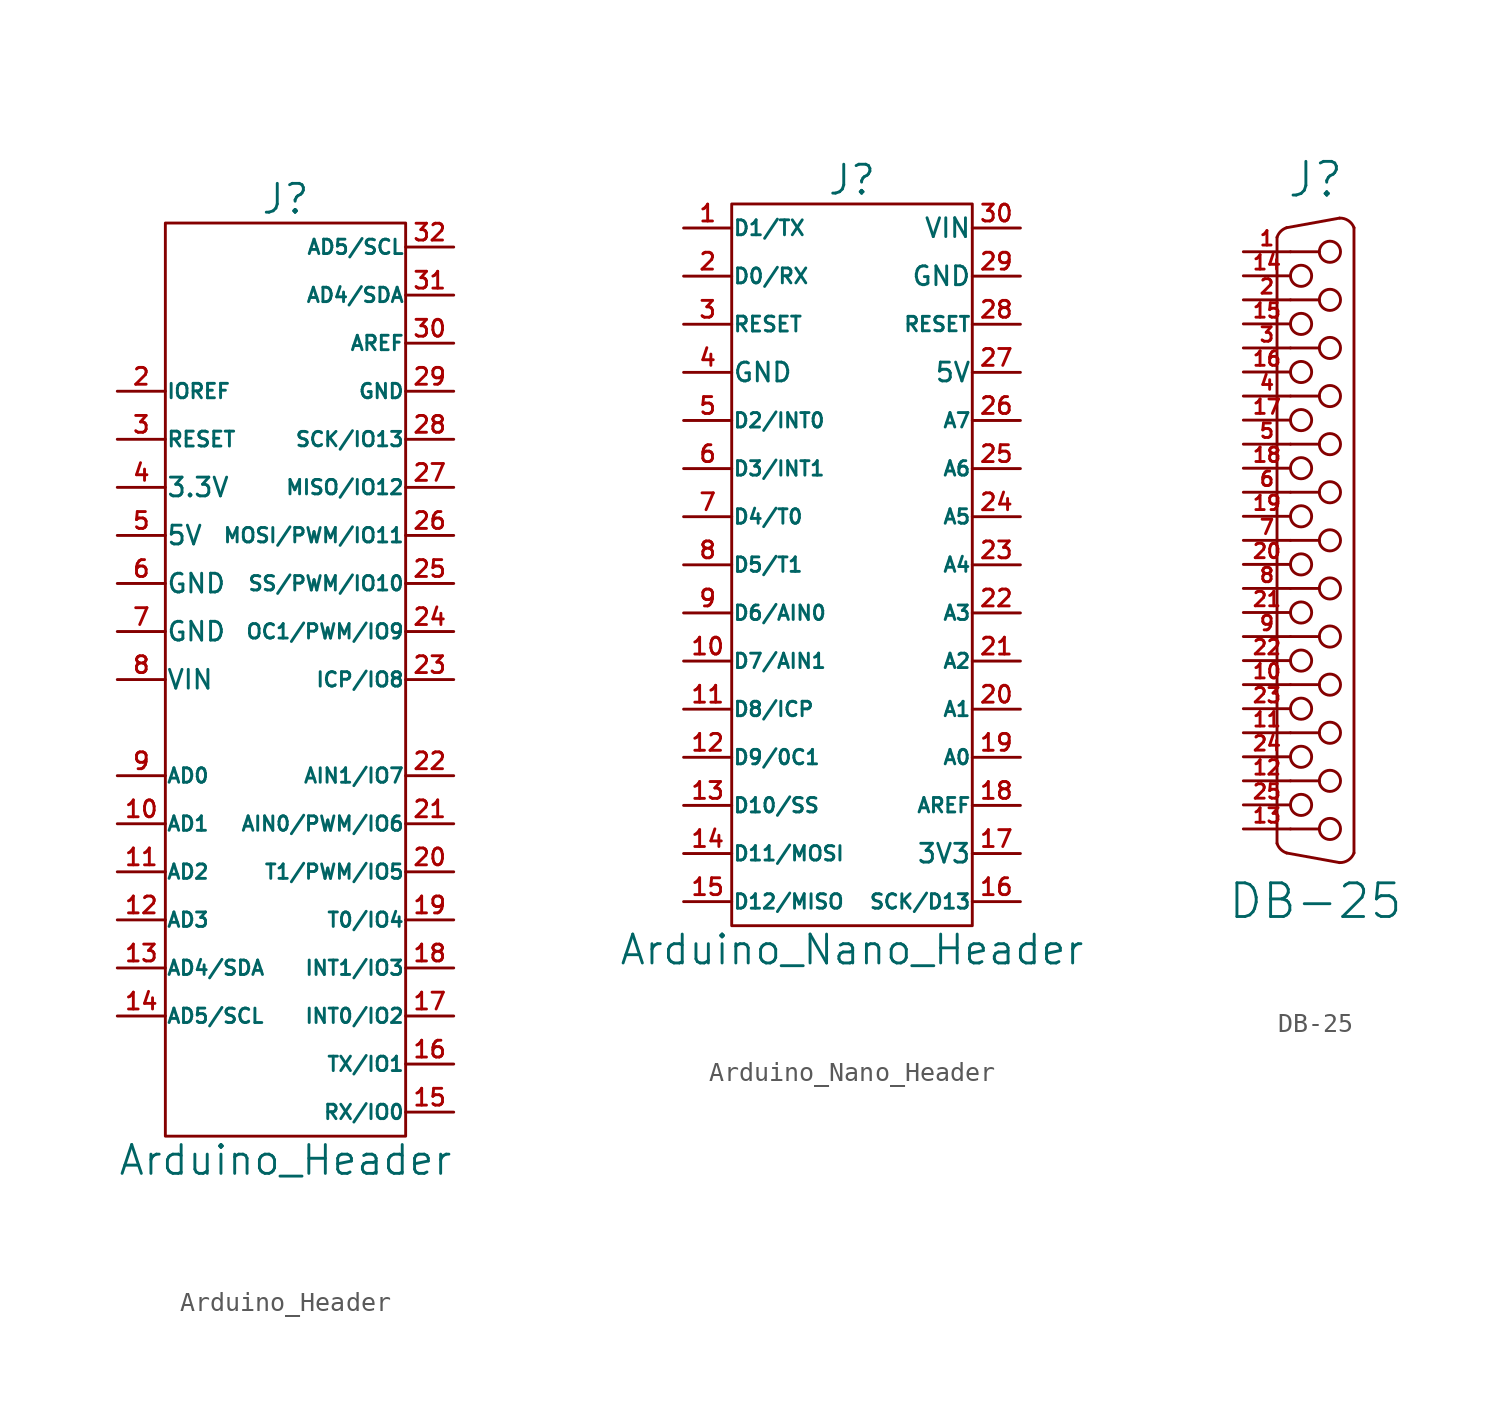
<source format=kicad_sym>
(kicad_symbol_lib
  (version 20220914)
  (generator kicad_symbol_editor)
  (symbol "Arduino_Header"
    (pin_names
      (offset 0.025))
    (property "Reference" "J"
      (at 0 25.4 0)
      (effects (font (size 1.524 1.524))))
    (property "Value" "Arduino_Header"
      (at 0 -25.4 0)
      (effects (font (size 1.524 1.524))))
    (property "Footprint" ""
      (at 0 0 0)
      (effects (font (size 1.524 1.524))))
    (property "Datasheet" ""
      (at 0 0 0)
      (effects (font (size 1.524 1.524))))
    (symbol "Arduino_Header_0_1"
      (rectangle (start 6.35 -24.13) (end -6.35 24.13) (stroke (width 0) (type solid)) (fill (type none))))
    (symbol "Arduino_Header_1_1"
      (pin passive line (at -8.89 -7.62 0) (length 2.54) (name "AD1" (effects (font (size 0.762 0.762)))) (number "10" (effects (font (size 0.889 0.889)))))
      (pin passive line (at -8.89 -10.16 0) (length 2.54) (name "AD2" (effects (font (size 0.762 0.762)))) (number "11" (effects (font (size 0.889 0.889)))))
      (pin passive line (at -8.89 -12.7 0) (length 2.54) (name "AD3" (effects (font (size 0.762 0.762)))) (number "12" (effects (font (size 0.889 0.889)))))
      (pin passive line (at -8.89 -15.24 0) (length 2.54) (name "AD4/SDA" (effects (font (size 0.762 0.762)))) (number "13" (effects (font (size 0.889 0.889)))))
      (pin passive line (at -8.89 -17.78 0) (length 2.54) (name "AD5/SCL" (effects (font (size 0.762 0.762)))) (number "14" (effects (font (size 0.889 0.889)))))
      (pin passive line (at 8.89 -22.86 180) (length 2.54) (name "RX/IO0" (effects (font (size 0.762 0.762)))) (number "15" (effects (font (size 0.889 0.889)))))
      (pin passive line (at 8.89 -20.32 180) (length 2.54) (name "TX/IO1" (effects (font (size 0.762 0.762)))) (number "16" (effects (font (size 0.889 0.889)))))
      (pin passive line (at 8.89 -17.78 180) (length 2.54) (name "INT0/IO2" (effects (font (size 0.762 0.762)))) (number "17" (effects (font (size 0.889 0.889)))))
      (pin passive line (at 8.89 -15.24 180) (length 2.54) (name "INT1/IO3" (effects (font (size 0.762 0.762)))) (number "18" (effects (font (size 0.889 0.889)))))
      (pin passive line (at 8.89 -12.7 180) (length 2.54) (name "T0/IO4" (effects (font (size 0.762 0.762)))) (number "19" (effects (font (size 0.889 0.889)))))
      (pin passive line (at -8.89 15.24 0) (length 2.54) (name "IOREF" (effects (font (size 0.762 0.762)))) (number "2" (effects (font (size 0.889 0.889)))))
      (pin passive line (at 8.89 -10.16 180) (length 2.54) (name "T1/PWM/IO5" (effects (font (size 0.762 0.762)))) (number "20" (effects (font (size 0.889 0.889)))))
      (pin passive line (at 8.89 -7.62 180) (length 2.54) (name "AIN0/PWM/IO6" (effects (font (size 0.762 0.762)))) (number "21" (effects (font (size 0.889 0.889)))))
      (pin passive line (at 8.89 -5.08 180) (length 2.54) (name "AIN1/IO7" (effects (font (size 0.762 0.762)))) (number "22" (effects (font (size 0.889 0.889)))))
      (pin passive line (at 8.89 0 180) (length 2.54) (name "ICP/IO8" (effects (font (size 0.762 0.762)))) (number "23" (effects (font (size 0.889 0.889)))))
      (pin passive line (at 8.89 2.54 180) (length 2.54) (name "OC1/PWM/IO9" (effects (font (size 0.762 0.762)))) (number "24" (effects (font (size 0.889 0.889)))))
      (pin passive line (at 8.89 5.08 180) (length 2.54) (name "SS/PWM/IO10" (effects (font (size 0.762 0.762)))) (number "25" (effects (font (size 0.889 0.889)))))
      (pin passive line (at 8.89 7.62 180) (length 2.54) (name "MOSI/PWM/IO11" (effects (font (size 0.762 0.762)))) (number "26" (effects (font (size 0.889 0.889)))))
      (pin passive line (at 8.89 10.16 180) (length 2.54) (name "MISO/IO12" (effects (font (size 0.762 0.762)))) (number "27" (effects (font (size 0.889 0.889)))))
      (pin passive line (at 8.89 12.7 180) (length 2.54) (name "SCK/IO13" (effects (font (size 0.762 0.762)))) (number "28" (effects (font (size 0.889 0.889)))))
      (pin passive line (at 8.89 15.24 180) (length 2.54) (name "GND" (effects (font (size 0.762 0.762)))) (number "29" (effects (font (size 0.889 0.889)))))
      (pin passive line (at -8.89 12.7 0) (length 2.54) (name "RESET" (effects (font (size 0.787 0.787)))) (number "3" (effects (font (size 0.889 0.889)))))
      (pin passive line (at 8.89 17.78 180) (length 2.54) (name "AREF" (effects (font (size 0.762 0.762)))) (number "30" (effects (font (size 0.889 0.889)))))
      (pin passive line (at 8.89 20.32 180) (length 2.54) (name "AD4/SDA" (effects (font (size 0.762 0.762)))) (number "31" (effects (font (size 0.889 0.889)))))
      (pin passive line (at 8.89 22.86 180) (length 2.54) (name "AD5/SCL" (effects (font (size 0.762 0.762)))) (number "32" (effects (font (size 0.889 0.889)))))
      (pin passive line (at -8.89 10.16 0) (length 2.54) (name "3.3V" (effects (font (size 0.991 0.991)))) (number "4" (effects (font (size 0.889 0.889)))))
      (pin passive line (at -8.89 7.62 0) (length 2.54) (name "5V" (effects (font (size 0.991 0.991)))) (number "5" (effects (font (size 0.889 0.889)))))
      (pin passive line (at -8.89 5.08 0) (length 2.54) (name "GND" (effects (font (size 0.991 0.991)))) (number "6" (effects (font (size 0.889 0.889)))))
      (pin passive line (at -8.89 2.54 0) (length 2.54) (name "GND" (effects (font (size 0.991 0.991)))) (number "7" (effects (font (size 0.889 0.889)))))
      (pin passive line (at -8.89 0 0) (length 2.54) (name "VIN" (effects (font (size 0.991 0.991)))) (number "8" (effects (font (size 0.889 0.889)))))
      (pin passive line (at -8.89 -5.08 0) (length 2.54) (name "AD0" (effects (font (size 0.762 0.762)))) (number "9" (effects (font (size 0.889 0.889)))))))
  (symbol "Arduino_Nano_Header"
    (pin_names
      (offset 0.025))
    (property "Reference" "J"
      (at 0 20.32 0)
      (effects (font (size 1.524 1.524))))
    (property "Value" "Arduino_Nano_Header"
      (at 0 -20.32 0)
      (effects (font (size 1.524 1.524))))
    (property "Footprint" ""
      (at 0 0 0)
      (effects (font (size 1.524 1.524))))
    (property "Datasheet" ""
      (at 0 0 0)
      (effects (font (size 1.524 1.524))))
    (symbol "Arduino_Nano_Header_0_1"
      (rectangle (start 6.35 -19.05) (end -6.35 19.05) (stroke (width 0) (type solid)) (fill (type none))))
    (symbol "Arduino_Nano_Header_1_1"
      (pin passive line (at -8.89 17.78 0) (length 2.54) (name "D1/TX" (effects (font (size 0.787 0.787)))) (number "1" (effects (font (size 0.889 0.889)))))
      (pin passive line (at -8.89 -5.08 0) (length 2.54) (name "D7/AIN1" (effects (font (size 0.762 0.762)))) (number "10" (effects (font (size 0.889 0.889)))))
      (pin passive line (at -8.89 -7.62 0) (length 2.54) (name "D8/ICP" (effects (font (size 0.762 0.762)))) (number "11" (effects (font (size 0.889 0.889)))))
      (pin passive line (at -8.89 -10.16 0) (length 2.54) (name "D9/0C1" (effects (font (size 0.762 0.762)))) (number "12" (effects (font (size 0.889 0.889)))))
      (pin passive line (at -8.89 -12.7 0) (length 2.54) (name "D10/SS" (effects (font (size 0.762 0.762)))) (number "13" (effects (font (size 0.889 0.889)))))
      (pin passive line (at -8.89 -15.24 0) (length 2.54) (name "D11/MOSI" (effects (font (size 0.762 0.762)))) (number "14" (effects (font (size 0.889 0.889)))))
      (pin passive line (at -8.89 -17.78 0) (length 2.54) (name "D12/MISO" (effects (font (size 0.762 0.762)))) (number "15" (effects (font (size 0.889 0.889)))))
      (pin passive line (at 8.89 -17.78 180) (length 2.54) (name "SCK/D13" (effects (font (size 0.762 0.762)))) (number "16" (effects (font (size 0.889 0.889)))))
      (pin passive line (at 8.89 -15.24 180) (length 2.54) (name "3V3" (effects (font (size 0.991 0.991)))) (number "17" (effects (font (size 0.889 0.889)))))
      (pin passive line (at 8.89 -12.7 180) (length 2.54) (name "AREF" (effects (font (size 0.762 0.762)))) (number "18" (effects (font (size 0.889 0.889)))))
      (pin passive line (at 8.89 -10.16 180) (length 2.54) (name "A0" (effects (font (size 0.762 0.762)))) (number "19" (effects (font (size 0.889 0.889)))))
      (pin passive line (at -8.89 15.24 0) (length 2.54) (name "D0/RX" (effects (font (size 0.787 0.787)))) (number "2" (effects (font (size 0.889 0.889)))))
      (pin passive line (at 8.89 -7.62 180) (length 2.54) (name "A1" (effects (font (size 0.762 0.762)))) (number "20" (effects (font (size 0.889 0.889)))))
      (pin passive line (at 8.89 -5.08 180) (length 2.54) (name "A2" (effects (font (size 0.762 0.762)))) (number "21" (effects (font (size 0.889 0.889)))))
      (pin passive line (at 8.89 -2.54 180) (length 2.54) (name "A3" (effects (font (size 0.762 0.762)))) (number "22" (effects (font (size 0.889 0.889)))))
      (pin passive line (at 8.89 0 180) (length 2.54) (name "A4" (effects (font (size 0.762 0.762)))) (number "23" (effects (font (size 0.889 0.889)))))
      (pin passive line (at 8.89 2.54 180) (length 2.54) (name "A5" (effects (font (size 0.762 0.762)))) (number "24" (effects (font (size 0.889 0.889)))))
      (pin passive line (at 8.89 5.08 180) (length 2.54) (name "A6" (effects (font (size 0.762 0.762)))) (number "25" (effects (font (size 0.889 0.889)))))
      (pin passive line (at 8.89 7.62 180) (length 2.54) (name "A7" (effects (font (size 0.762 0.762)))) (number "26" (effects (font (size 0.889 0.889)))))
      (pin passive line (at 8.89 10.16 180) (length 2.54) (name "5V" (effects (font (size 0.991 0.991)))) (number "27" (effects (font (size 0.889 0.889)))))
      (pin passive line (at 8.89 12.7 180) (length 2.54) (name "RESET" (effects (font (size 0.762 0.762)))) (number "28" (effects (font (size 0.889 0.889)))))
      (pin passive line (at 8.89 15.24 180) (length 2.54) (name "GND" (effects (font (size 0.991 0.991)))) (number "29" (effects (font (size 0.889 0.889)))))
      (pin passive line (at -8.89 12.7 0) (length 2.54) (name "RESET" (effects (font (size 0.787 0.787)))) (number "3" (effects (font (size 0.889 0.889)))))
      (pin passive line (at 8.89 17.78 180) (length 2.54) (name "VIN" (effects (font (size 0.991 0.991)))) (number "30" (effects (font (size 0.889 0.889)))))
      (pin passive line (at -8.89 10.16 0) (length 2.54) (name "GND" (effects (font (size 0.991 0.991)))) (number "4" (effects (font (size 0.889 0.889)))))
      (pin passive line (at -8.89 7.62 0) (length 2.54) (name "D2/INT0" (effects (font (size 0.762 0.762)))) (number "5" (effects (font (size 0.889 0.889)))))
      (pin passive line (at -8.89 5.08 0) (length 2.54) (name "D3/INT1" (effects (font (size 0.762 0.762)))) (number "6" (effects (font (size 0.889 0.889)))))
      (pin passive line (at -8.89 2.54 0) (length 2.54) (name "D4/T0" (effects (font (size 0.762 0.762)))) (number "7" (effects (font (size 0.889 0.889)))))
      (pin passive line (at -8.89 0 0) (length 2.54) (name "D5/T1" (effects (font (size 0.762 0.762)))) (number "8" (effects (font (size 0.889 0.889)))))
      (pin passive line (at -8.89 -2.54 0) (length 2.54) (name "D6/AIN0" (effects (font (size 0.762 0.762)))) (number "9" (effects (font (size 0.889 0.889)))))))
  (symbol "DB-25"
    (pin_names
      (offset 1.016) hide)
    (property "Reference" "J"
      (at 0 19.05 0)
      (effects (font (size 1.778 1.778))))
    (property "Value" "DB-25"
      (at 0 -19.05 0)
      (effects (font (size 1.778 1.778))))
    (property "Footprint" ""
      (at 0 0 0)
      (effects (font (size 1.524 1.524))))
    (property "Datasheet" ""
      (at 0 0 0)
      (effects (font (size 1.524 1.524))))
    (symbol "DB-25_0_1"
      (arc (start -2.032 -16.002) (mid -1.838 -16.316) (end -1.524 -16.51) (stroke (width 0) (type solid)) (fill (type none)))
      (arc (start -1.524 16.51) (mid -1.838 16.316) (end -2.032 16.002) (stroke (width 0) (type solid)) (fill (type none)))
      (circle (center -0.762 -13.97) (radius 0.559) (stroke (width 0) (type solid)) (fill (type none)))
      (circle (center -0.762 -11.43) (radius 0.559) (stroke (width 0) (type solid)) (fill (type none)))
      (circle (center -0.762 -8.89) (radius 0.559) (stroke (width 0) (type solid)) (fill (type none)))
      (circle (center -0.762 -6.35) (radius 0.559) (stroke (width 0) (type solid)) (fill (type none)))
      (circle (center -0.762 -3.81) (radius 0.559) (stroke (width 0) (type solid)) (fill (type none)))
      (circle (center -0.762 -1.27) (radius 0.559) (stroke (width 0) (type solid)) (fill (type none)))
      (circle (center -0.762 1.27) (radius 0.559) (stroke (width 0) (type solid)) (fill (type none)))
      (circle (center -0.762 3.81) (radius 0.559) (stroke (width 0) (type solid)) (fill (type none)))
      (circle (center -0.762 6.35) (radius 0.559) (stroke (width 0) (type solid)) (fill (type none)))
      (circle (center -0.762 8.89) (radius 0.559) (stroke (width 0) (type solid)) (fill (type none)))
      (circle (center -0.762 11.43) (radius 0.559) (stroke (width 0) (type solid)) (fill (type none)))
      (circle (center -0.762 13.97) (radius 0.559) (stroke (width 0) (type solid)) (fill (type none)))
      (polyline (pts (xy -1.321 -15.24) (xy 0.203 -15.24)) (stroke (width 0) (type solid)) (fill (type none)))
      (polyline (pts (xy -1.321 -12.7) (xy 0.203 -12.7)) (stroke (width 0) (type solid)) (fill (type none)))
      (polyline (pts (xy -1.321 -10.16) (xy 0.203 -10.16)) (stroke (width 0) (type solid)) (fill (type none)))
      (polyline (pts (xy -1.321 -7.62) (xy 0.203 -7.62)) (stroke (width 0) (type solid)) (fill (type none)))
      (polyline (pts (xy -1.321 -5.08) (xy 0.203 -5.08)) (stroke (width 0) (type solid)) (fill (type none)))
      (polyline (pts (xy -1.321 -2.54) (xy 0.203 -2.54)) (stroke (width 0) (type solid)) (fill (type none)))
      (polyline (pts (xy -1.321 0) (xy 0.203 0)) (stroke (width 0) (type solid)) (fill (type none)))
      (polyline (pts (xy -1.321 2.54) (xy 0.203 2.54)) (stroke (width 0) (type solid)) (fill (type none)))
      (polyline (pts (xy -1.321 5.08) (xy 0.203 5.08)) (stroke (width 0) (type solid)) (fill (type none)))
      (polyline (pts (xy -1.321 7.62) (xy 0.203 7.62)) (stroke (width 0) (type solid)) (fill (type none)))
      (polyline (pts (xy -1.321 10.16) (xy 0.203 10.16)) (stroke (width 0) (type solid)) (fill (type none)))
      (polyline (pts (xy -1.321 12.7) (xy 0.203 12.7)) (stroke (width 0) (type solid)) (fill (type none)))
      (polyline (pts (xy -1.321 15.24) (xy 0.203 15.24)) (stroke (width 0) (type solid)) (fill (type none)))
      (polyline (pts (xy -2.032 16.002) (xy -2.032 -16.002) (xy -2.032 -16.002)) (stroke (width 0) (type solid)) (fill (type none)))
      (polyline (pts (xy -1.524 -16.51) (xy 1.27 -17.018) (xy 1.27 -17.018)) (stroke (width 0) (type solid)) (fill (type none)))
      (polyline (pts (xy -1.524 16.51) (xy 1.27 17.018) (xy 1.27 17.018)) (stroke (width 0) (type solid)) (fill (type none)))
      (polyline (pts (xy 2.032 -16.51) (xy 2.032 16.51) (xy 2.032 16.51)) (stroke (width 0) (type solid)) (fill (type none)))
      (circle (center 0.762 -15.24) (radius 0.559) (stroke (width 0) (type solid)) (fill (type none)))
      (circle (center 0.762 -12.7) (radius 0.559) (stroke (width 0) (type solid)) (fill (type none)))
      (circle (center 0.762 -10.16) (radius 0.559) (stroke (width 0) (type solid)) (fill (type none)))
      (circle (center 0.762 -7.62) (radius 0.559) (stroke (width 0) (type solid)) (fill (type none)))
      (circle (center 0.762 -5.08) (radius 0.559) (stroke (width 0) (type solid)) (fill (type none)))
      (circle (center 0.762 -2.54) (radius 0.559) (stroke (width 0) (type solid)) (fill (type none)))
      (circle (center 0.762 0) (radius 0.559) (stroke (width 0) (type solid)) (fill (type none)))
      (circle (center 0.762 2.54) (radius 0.559) (stroke (width 0) (type solid)) (fill (type none)))
      (circle (center 0.762 5.08) (radius 0.559) (stroke (width 0) (type solid)) (fill (type none)))
      (circle (center 0.762 7.62) (radius 0.559) (stroke (width 0) (type solid)) (fill (type none)))
      (circle (center 0.762 10.16) (radius 0.559) (stroke (width 0) (type solid)) (fill (type none)))
      (circle (center 0.762 12.7) (radius 0.559) (stroke (width 0) (type solid)) (fill (type none)))
      (circle (center 0.762 15.24) (radius 0.559) (stroke (width 0) (type solid)) (fill (type none)))
      (arc (start 1.27 -17.018) (mid 1.7324 -16.8861) (end 2.032 -16.51) (stroke (width 0) (type solid)) (fill (type none)))
      (arc (start 2.032 16.51) (mid 1.7324 16.8861) (end 1.27 17.018) (stroke (width 0) (type solid)) (fill (type none))))
    (symbol "DB-25_1_1"
      (pin passive line (at -3.81 15.24 0) (length 2.489) (name "~" (effects (font (size 0.762 0.762)))) (number "1" (effects (font (size 0.762 0.762)))))
      (pin passive line (at -3.81 -7.62 0) (length 2.489) (name "~" (effects (font (size 0.762 0.762)))) (number "10" (effects (font (size 0.762 0.762)))))
      (pin passive line (at -3.81 -10.16 0) (length 2.489) (name "~" (effects (font (size 0.762 0.762)))) (number "11" (effects (font (size 0.762 0.762)))))
      (pin passive line (at -3.81 -12.7 0) (length 2.489) (name "~" (effects (font (size 0.762 0.762)))) (number "12" (effects (font (size 0.762 0.762)))))
      (pin passive line (at -3.81 -15.24 0) (length 2.489) (name "~" (effects (font (size 0.762 0.762)))) (number "13" (effects (font (size 0.762 0.762)))))
      (pin passive line (at -3.81 13.97 0) (length 2.489) (name "~" (effects (font (size 0.762 0.762)))) (number "14" (effects (font (size 0.762 0.762)))))
      (pin passive line (at -3.81 11.43 0) (length 2.489) (name "~" (effects (font (size 0.762 0.762)))) (number "15" (effects (font (size 0.762 0.762)))))
      (pin passive line (at -3.81 8.89 0) (length 2.489) (name "~" (effects (font (size 0.762 0.762)))) (number "16" (effects (font (size 0.762 0.762)))))
      (pin passive line (at -3.81 6.35 0) (length 2.489) (name "~" (effects (font (size 0.762 0.762)))) (number "17" (effects (font (size 0.762 0.762)))))
      (pin passive line (at -3.81 3.81 0) (length 2.489) (name "~" (effects (font (size 0.762 0.762)))) (number "18" (effects (font (size 0.762 0.762)))))
      (pin passive line (at -3.81 1.27 0) (length 2.489) (name "~" (effects (font (size 0.762 0.762)))) (number "19" (effects (font (size 0.762 0.762)))))
      (pin passive line (at -3.81 12.7 0) (length 2.489) (name "~" (effects (font (size 0.762 0.762)))) (number "2" (effects (font (size 0.762 0.762)))))
      (pin passive line (at -3.81 -1.27 0) (length 2.489) (name "~" (effects (font (size 0.762 0.762)))) (number "20" (effects (font (size 0.762 0.762)))))
      (pin passive line (at -3.81 -3.81 0) (length 2.489) (name "~" (effects (font (size 0.762 0.762)))) (number "21" (effects (font (size 0.762 0.762)))))
      (pin passive line (at -3.81 -6.35 0) (length 2.489) (name "~" (effects (font (size 0.762 0.762)))) (number "22" (effects (font (size 0.762 0.762)))))
      (pin passive line (at -3.81 -8.89 0) (length 2.489) (name "~" (effects (font (size 0.762 0.762)))) (number "23" (effects (font (size 0.762 0.762)))))
      (pin passive line (at -3.81 -11.43 0) (length 2.489) (name "~" (effects (font (size 0.762 0.762)))) (number "24" (effects (font (size 0.762 0.762)))))
      (pin passive line (at -3.81 -13.97 0) (length 2.489) (name "~" (effects (font (size 0.762 0.762)))) (number "25" (effects (font (size 0.762 0.762)))))
      (pin passive line (at -3.81 10.16 0) (length 2.489) (name "~" (effects (font (size 0.762 0.762)))) (number "3" (effects (font (size 0.762 0.762)))))
      (pin passive line (at -3.81 7.62 0) (length 2.489) (name "~" (effects (font (size 0.762 0.762)))) (number "4" (effects (font (size 0.762 0.762)))))
      (pin passive line (at -3.81 5.08 0) (length 2.489) (name "~" (effects (font (size 0.762 0.762)))) (number "5" (effects (font (size 0.762 0.762)))))
      (pin passive line (at -3.81 2.54 0) (length 2.489) (name "~" (effects (font (size 0.762 0.762)))) (number "6" (effects (font (size 0.762 0.762)))))
      (pin passive line (at -3.81 0 0) (length 2.489) (name "~" (effects (font (size 0.762 0.762)))) (number "7" (effects (font (size 0.762 0.762)))))
      (pin passive line (at -3.81 -2.54 0) (length 2.489) (name "~" (effects (font (size 0.762 0.762)))) (number "8" (effects (font (size 0.762 0.762)))))
      (pin passive line (at -3.81 -5.08 0) (length 2.489) (name "~" (effects (font (size 0.762 0.762)))) (number "9" (effects (font (size 0.762 0.762))))))))
</source>
